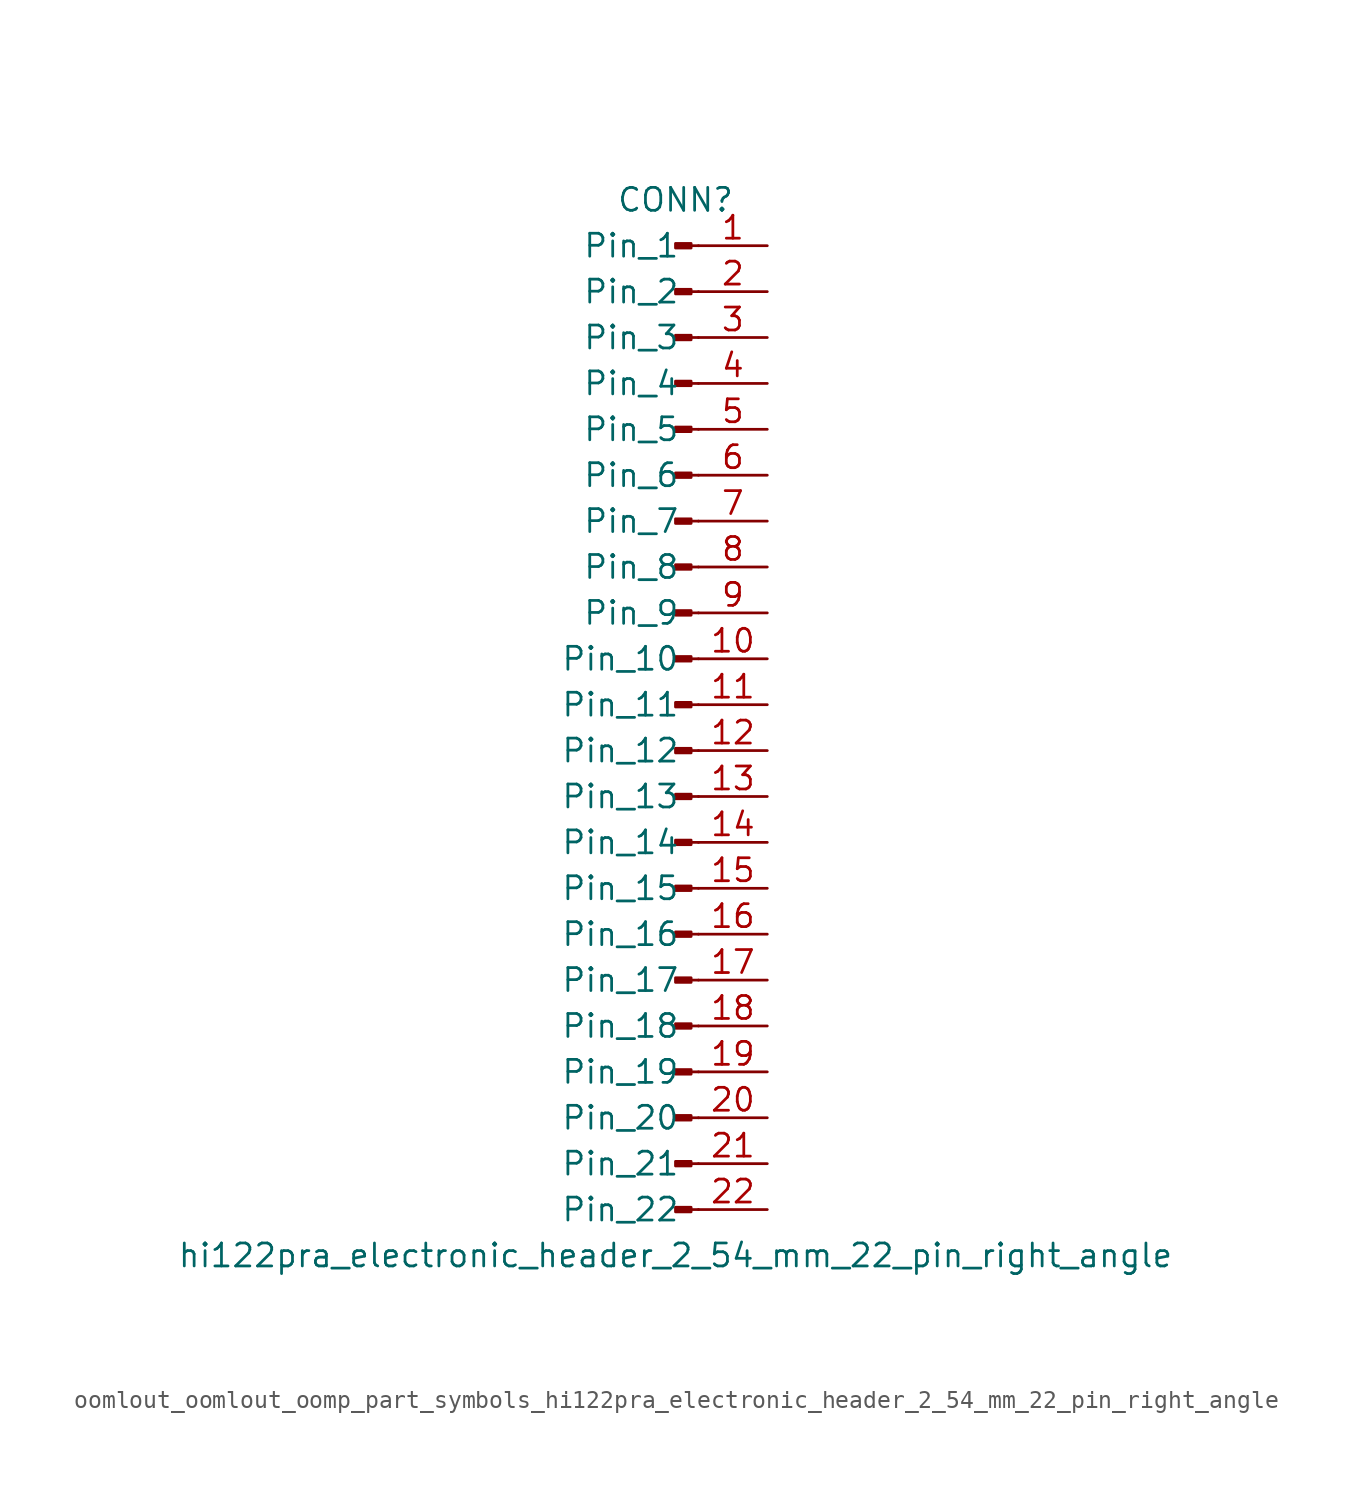
<source format=kicad_sym>
(kicad_symbol_lib
  (version 20220914)
  (generator kicad_symbol_editor)
  (symbol "oomlout_oomlout_oomp_part_symbols_hi122pra_electronic_header_2_54_mm_22_pin_right_angle"
    (pin_names
      (offset 1.016))
    (property "Reference" "CONN"
      (at 0 27.94 0)
      (effects (font (size 1.27 1.27))))
    (property "Value" "hi122pra_electronic_header_2_54_mm_22_pin_right_angle"
      (at 0 -30.48 0)
      (effects (font (size 1.27 1.27))))
    (property "ki_locked" ""
      (at 0 0 0)
      (effects (font (size 1.27 1.27))))
    (symbol "oomlout_oomlout_oomp_part_symbols_hi122pra_electronic_header_2_54_mm_22_pin_right_angle_1_1"
      (polyline (pts (xy 1.27 -27.94) (xy 0.864 -27.94)) (stroke (width 0.152) (type default)) (fill (type none)))
      (polyline (pts (xy 1.27 -25.4) (xy 0.864 -25.4)) (stroke (width 0.152) (type default)) (fill (type none)))
      (polyline (pts (xy 1.27 -22.86) (xy 0.864 -22.86)) (stroke (width 0.152) (type default)) (fill (type none)))
      (polyline (pts (xy 1.27 -20.32) (xy 0.864 -20.32)) (stroke (width 0.152) (type default)) (fill (type none)))
      (polyline (pts (xy 1.27 -17.78) (xy 0.864 -17.78)) (stroke (width 0.152) (type default)) (fill (type none)))
      (polyline (pts (xy 1.27 -15.24) (xy 0.864 -15.24)) (stroke (width 0.152) (type default)) (fill (type none)))
      (polyline (pts (xy 1.27 -12.7) (xy 0.864 -12.7)) (stroke (width 0.152) (type default)) (fill (type none)))
      (polyline (pts (xy 1.27 -10.16) (xy 0.864 -10.16)) (stroke (width 0.152) (type default)) (fill (type none)))
      (polyline (pts (xy 1.27 -7.62) (xy 0.864 -7.62)) (stroke (width 0.152) (type default)) (fill (type none)))
      (polyline (pts (xy 1.27 -5.08) (xy 0.864 -5.08)) (stroke (width 0.152) (type default)) (fill (type none)))
      (polyline (pts (xy 1.27 -2.54) (xy 0.864 -2.54)) (stroke (width 0.152) (type default)) (fill (type none)))
      (polyline (pts (xy 1.27 0) (xy 0.864 0)) (stroke (width 0.152) (type default)) (fill (type none)))
      (polyline (pts (xy 1.27 2.54) (xy 0.864 2.54)) (stroke (width 0.152) (type default)) (fill (type none)))
      (polyline (pts (xy 1.27 5.08) (xy 0.864 5.08)) (stroke (width 0.152) (type default)) (fill (type none)))
      (polyline (pts (xy 1.27 7.62) (xy 0.864 7.62)) (stroke (width 0.152) (type default)) (fill (type none)))
      (polyline (pts (xy 1.27 10.16) (xy 0.864 10.16)) (stroke (width 0.152) (type default)) (fill (type none)))
      (polyline (pts (xy 1.27 12.7) (xy 0.864 12.7)) (stroke (width 0.152) (type default)) (fill (type none)))
      (polyline (pts (xy 1.27 15.24) (xy 0.864 15.24)) (stroke (width 0.152) (type default)) (fill (type none)))
      (polyline (pts (xy 1.27 17.78) (xy 0.864 17.78)) (stroke (width 0.152) (type default)) (fill (type none)))
      (polyline (pts (xy 1.27 20.32) (xy 0.864 20.32)) (stroke (width 0.152) (type default)) (fill (type none)))
      (polyline (pts (xy 1.27 22.86) (xy 0.864 22.86)) (stroke (width 0.152) (type default)) (fill (type none)))
      (polyline (pts (xy 1.27 25.4) (xy 0.864 25.4)) (stroke (width 0.152) (type default)) (fill (type none)))
      (rectangle (start 0.864 -27.813) (end 0 -28.067) (stroke (width 0.152) (type default)) (fill (type outline)))
      (rectangle (start 0.864 -25.273) (end 0 -25.527) (stroke (width 0.152) (type default)) (fill (type outline)))
      (rectangle (start 0.864 -22.733) (end 0 -22.987) (stroke (width 0.152) (type default)) (fill (type outline)))
      (rectangle (start 0.864 -20.193) (end 0 -20.447) (stroke (width 0.152) (type default)) (fill (type outline)))
      (rectangle (start 0.864 -17.653) (end 0 -17.907) (stroke (width 0.152) (type default)) (fill (type outline)))
      (rectangle (start 0.864 -15.113) (end 0 -15.367) (stroke (width 0.152) (type default)) (fill (type outline)))
      (rectangle (start 0.864 -12.573) (end 0 -12.827) (stroke (width 0.152) (type default)) (fill (type outline)))
      (rectangle (start 0.864 -10.033) (end 0 -10.287) (stroke (width 0.152) (type default)) (fill (type outline)))
      (rectangle (start 0.864 -7.493) (end 0 -7.747) (stroke (width 0.152) (type default)) (fill (type outline)))
      (rectangle (start 0.864 -4.953) (end 0 -5.207) (stroke (width 0.152) (type default)) (fill (type outline)))
      (rectangle (start 0.864 -2.413) (end 0 -2.667) (stroke (width 0.152) (type default)) (fill (type outline)))
      (rectangle (start 0.864 0.127) (end 0 -0.127) (stroke (width 0.152) (type default)) (fill (type outline)))
      (rectangle (start 0.864 2.667) (end 0 2.413) (stroke (width 0.152) (type default)) (fill (type outline)))
      (rectangle (start 0.864 5.207) (end 0 4.953) (stroke (width 0.152) (type default)) (fill (type outline)))
      (rectangle (start 0.864 7.747) (end 0 7.493) (stroke (width 0.152) (type default)) (fill (type outline)))
      (rectangle (start 0.864 10.287) (end 0 10.033) (stroke (width 0.152) (type default)) (fill (type outline)))
      (rectangle (start 0.864 12.827) (end 0 12.573) (stroke (width 0.152) (type default)) (fill (type outline)))
      (rectangle (start 0.864 15.367) (end 0 15.113) (stroke (width 0.152) (type default)) (fill (type outline)))
      (rectangle (start 0.864 17.907) (end 0 17.653) (stroke (width 0.152) (type default)) (fill (type outline)))
      (rectangle (start 0.864 20.447) (end 0 20.193) (stroke (width 0.152) (type default)) (fill (type outline)))
      (rectangle (start 0.864 22.987) (end 0 22.733) (stroke (width 0.152) (type default)) (fill (type outline)))
      (rectangle (start 0.864 25.527) (end 0 25.273) (stroke (width 0.152) (type default)) (fill (type outline)))
      (pin passive line (at 5.08 25.4 180) (length 3.81) (name "Pin_1" (effects (font (size 1.27 1.27)))) (number "1" (effects (font (size 1.27 1.27)))))
      (pin passive line (at 5.08 2.54 180) (length 3.81) (name "Pin_10" (effects (font (size 1.27 1.27)))) (number "10" (effects (font (size 1.27 1.27)))))
      (pin passive line (at 5.08 0 180) (length 3.81) (name "Pin_11" (effects (font (size 1.27 1.27)))) (number "11" (effects (font (size 1.27 1.27)))))
      (pin passive line (at 5.08 -2.54 180) (length 3.81) (name "Pin_12" (effects (font (size 1.27 1.27)))) (number "12" (effects (font (size 1.27 1.27)))))
      (pin passive line (at 5.08 -5.08 180) (length 3.81) (name "Pin_13" (effects (font (size 1.27 1.27)))) (number "13" (effects (font (size 1.27 1.27)))))
      (pin passive line (at 5.08 -7.62 180) (length 3.81) (name "Pin_14" (effects (font (size 1.27 1.27)))) (number "14" (effects (font (size 1.27 1.27)))))
      (pin passive line (at 5.08 -10.16 180) (length 3.81) (name "Pin_15" (effects (font (size 1.27 1.27)))) (number "15" (effects (font (size 1.27 1.27)))))
      (pin passive line (at 5.08 -12.7 180) (length 3.81) (name "Pin_16" (effects (font (size 1.27 1.27)))) (number "16" (effects (font (size 1.27 1.27)))))
      (pin passive line (at 5.08 -15.24 180) (length 3.81) (name "Pin_17" (effects (font (size 1.27 1.27)))) (number "17" (effects (font (size 1.27 1.27)))))
      (pin passive line (at 5.08 -17.78 180) (length 3.81) (name "Pin_18" (effects (font (size 1.27 1.27)))) (number "18" (effects (font (size 1.27 1.27)))))
      (pin passive line (at 5.08 -20.32 180) (length 3.81) (name "Pin_19" (effects (font (size 1.27 1.27)))) (number "19" (effects (font (size 1.27 1.27)))))
      (pin passive line (at 5.08 22.86 180) (length 3.81) (name "Pin_2" (effects (font (size 1.27 1.27)))) (number "2" (effects (font (size 1.27 1.27)))))
      (pin passive line (at 5.08 -22.86 180) (length 3.81) (name "Pin_20" (effects (font (size 1.27 1.27)))) (number "20" (effects (font (size 1.27 1.27)))))
      (pin passive line (at 5.08 -25.4 180) (length 3.81) (name "Pin_21" (effects (font (size 1.27 1.27)))) (number "21" (effects (font (size 1.27 1.27)))))
      (pin passive line (at 5.08 -27.94 180) (length 3.81) (name "Pin_22" (effects (font (size 1.27 1.27)))) (number "22" (effects (font (size 1.27 1.27)))))
      (pin passive line (at 5.08 20.32 180) (length 3.81) (name "Pin_3" (effects (font (size 1.27 1.27)))) (number "3" (effects (font (size 1.27 1.27)))))
      (pin passive line (at 5.08 17.78 180) (length 3.81) (name "Pin_4" (effects (font (size 1.27 1.27)))) (number "4" (effects (font (size 1.27 1.27)))))
      (pin passive line (at 5.08 15.24 180) (length 3.81) (name "Pin_5" (effects (font (size 1.27 1.27)))) (number "5" (effects (font (size 1.27 1.27)))))
      (pin passive line (at 5.08 12.7 180) (length 3.81) (name "Pin_6" (effects (font (size 1.27 1.27)))) (number "6" (effects (font (size 1.27 1.27)))))
      (pin passive line (at 5.08 10.16 180) (length 3.81) (name "Pin_7" (effects (font (size 1.27 1.27)))) (number "7" (effects (font (size 1.27 1.27)))))
      (pin passive line (at 5.08 7.62 180) (length 3.81) (name "Pin_8" (effects (font (size 1.27 1.27)))) (number "8" (effects (font (size 1.27 1.27)))))
      (pin passive line (at 5.08 5.08 180) (length 3.81) (name "Pin_9" (effects (font (size 1.27 1.27)))) (number "9" (effects (font (size 1.27 1.27))))))))
</source>
